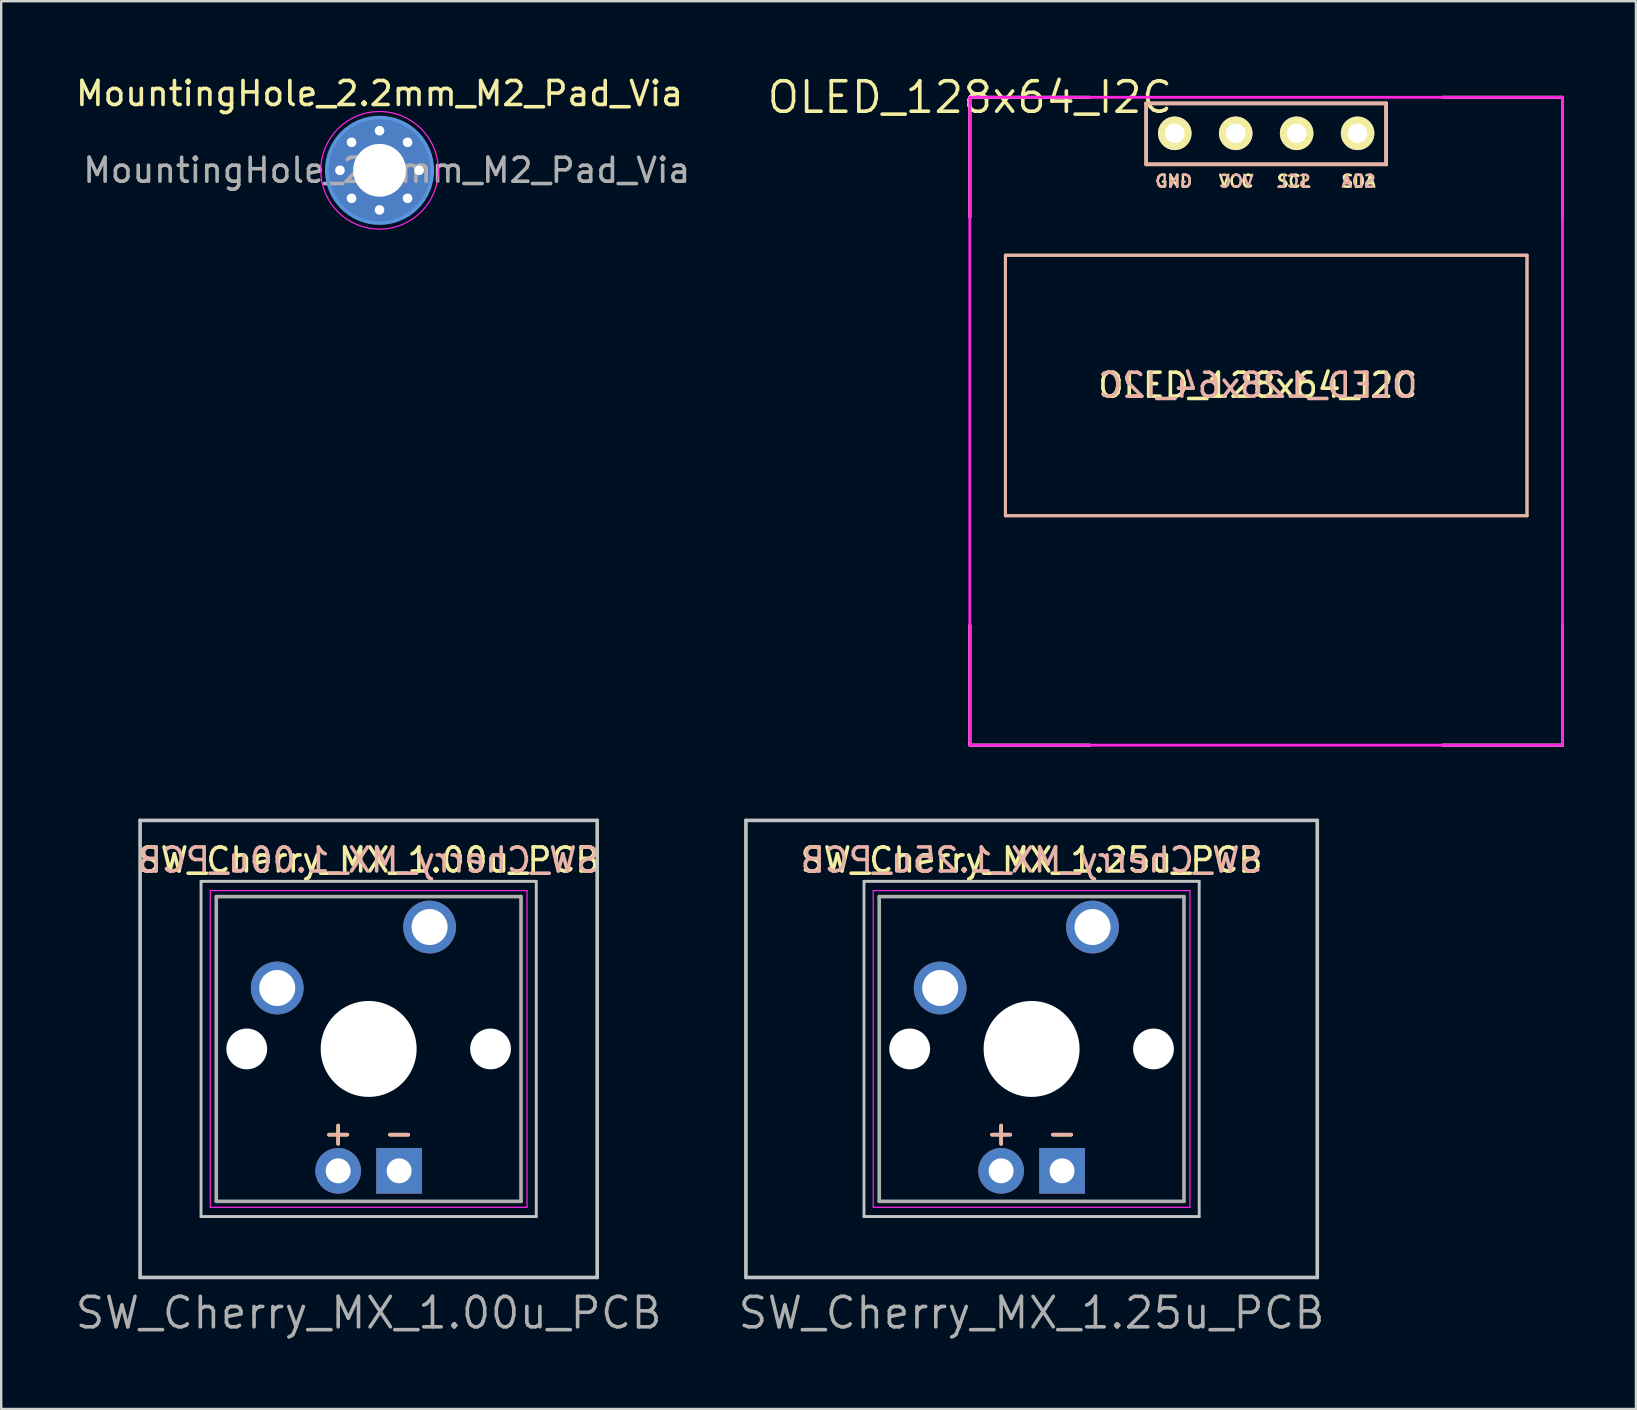
<source format=kicad_pcb>
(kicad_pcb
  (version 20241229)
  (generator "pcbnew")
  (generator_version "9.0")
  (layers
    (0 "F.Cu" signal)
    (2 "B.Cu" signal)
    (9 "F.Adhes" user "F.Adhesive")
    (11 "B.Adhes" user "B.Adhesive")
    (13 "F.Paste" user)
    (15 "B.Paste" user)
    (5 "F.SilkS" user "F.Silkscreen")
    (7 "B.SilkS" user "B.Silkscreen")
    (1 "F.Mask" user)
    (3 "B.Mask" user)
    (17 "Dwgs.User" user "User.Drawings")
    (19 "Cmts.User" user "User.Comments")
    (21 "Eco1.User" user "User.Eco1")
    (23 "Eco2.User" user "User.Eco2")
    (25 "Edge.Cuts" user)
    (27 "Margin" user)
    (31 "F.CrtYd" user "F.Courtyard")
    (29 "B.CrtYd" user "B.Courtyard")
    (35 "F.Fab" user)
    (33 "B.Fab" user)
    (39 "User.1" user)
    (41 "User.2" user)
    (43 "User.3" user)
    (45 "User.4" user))
  (footprint "SW_Cherry_MX_1.00u_PCB"
    (layer "F.Cu")
    (at 12.314 40.666)
    (property "Reference" "SW_Cherry_MX_1.00u_PCB" (at 0 11 0) (layer "F.Fab") (effects (font (size 1.27 1.27) (thickness 0.15))))
    (attr through_hole)
    (fp_line (start -9.525 -9.525) (end 9.525 -9.525) (stroke (width 0.15) (type solid)) (layer "Dwgs.User"))
    (fp_line (start -9.525 9.525) (end -9.525 -9.525) (stroke (width 0.15) (type solid)) (layer "Dwgs.User"))
    (fp_line (start -6.985 -6.985) (end 6.985 -6.985) (stroke (width 0.12) (type solid)) (layer "Dwgs.User"))
    (fp_line (start -6.985 6.985) (end -6.985 -6.985) (stroke (width 0.12) (type solid)) (layer "Dwgs.User"))
    (fp_line (start 6.985 -6.985) (end 6.985 6.985) (stroke (width 0.12) (type solid)) (layer "Dwgs.User"))
    (fp_line (start 6.985 6.985) (end -6.985 6.985) (stroke (width 0.12) (type solid)) (layer "Dwgs.User"))
    (fp_line (start 9.525 -9.525) (end 9.525 9.525) (stroke (width 0.15) (type solid)) (layer "Dwgs.User"))
    (fp_line (start 9.525 9.525) (end -9.525 9.525) (stroke (width 0.15) (type solid)) (layer "Dwgs.User"))
    (fp_line (start -6.985 -6.985) (end 6.985 -6.985) (stroke (width 0.05) (type solid)) (layer "Eco1.User"))
    (fp_line (start -6.985 6.985) (end -6.985 -6.985) (stroke (width 0.05) (type solid)) (layer "Eco1.User"))
    (fp_line (start 6.985 -6.985) (end 6.985 6.985) (stroke (width 0.05) (type solid)) (layer "Eco1.User"))
    (fp_line (start 6.985 6.985) (end -6.985 6.985) (stroke (width 0.05) (type solid)) (layer "Eco1.User"))
    (fp_line (start -6.6 -6.6) (end 6.6 -6.6) (stroke (width 0.05) (type solid)) (layer "F.CrtYd"))
    (fp_line (start -6.6 6.6) (end -6.6 -6.6) (stroke (width 0.05) (type solid)) (layer "F.CrtYd"))
    (fp_line (start 6.6 -6.6) (end 6.6 6.6) (stroke (width 0.05) (type solid)) (layer "F.CrtYd"))
    (fp_line (start 6.6 6.6) (end -6.6 6.6) (stroke (width 0.05) (type solid)) (layer "F.CrtYd"))
    (fp_line (start -6.35 -6.35) (end 6.35 -6.35) (stroke (width 0.15) (type solid)) (layer "F.Fab"))
    (fp_line (start -6.35 6.35) (end -6.35 -6.35) (stroke (width 0.15) (type solid)) (layer "F.Fab"))
    (fp_line (start 6.35 -6.35) (end 6.35 6.35) (stroke (width 0.15) (type solid)) (layer "F.Fab"))
    (fp_line (start 6.35 6.35) (end -6.35 6.35) (stroke (width 0.15) (type solid)) (layer "F.Fab"))
    (fp_text user "-" (at 1.27 3.5 0) (layer "F.SilkS") (effects (font (size 1 1) (thickness 0.15))))
    (fp_text user "+" (at -1.27 3.5 0) (layer "F.SilkS") (effects (font (size 1 1) (thickness 0.15))))
    (fp_text user "${REFERENCE}" (at 0 -7.874 0) (layer "F.SilkS") (effects (font (size 1 1) (thickness 0.15))))
    (fp_text user "+" (at -1.27 3.5 0) (layer "B.SilkS") (effects (font (size 1 1) (thickness 0.15))))
    (fp_text user "-" (at 1.27 3.5 0) (layer "B.SilkS") (effects (font (size 1 1) (thickness 0.15))))
    (fp_text user "${REFERENCE}" (at 0 -7.874 0) (layer "B.SilkS") (effects (font (size 1 1) (thickness 0.15)) (justify mirror)))
    (pad "" np_thru_hole circle (at -5.08 0) (size 1.7 1.7) (drill 1.7) (layers "*.Cu" "*.Mask"))
    (pad "" np_thru_hole circle (at 0 0) (size 4 4) (drill 4) (layers "*.Cu" "*.Mask"))
    (pad "" np_thru_hole circle (at 5.08 0) (size 1.7 1.7) (drill 1.7) (layers "*.Cu" "*.Mask"))
    (pad "1" thru_hole circle (at 2.54 -5.08) (size 2.2 2.2) (drill 1.5) (layers "*.Cu" "*.Mask"))
    (pad "2" thru_hole circle (at -3.81 -2.54) (size 2.2 2.2) (drill 1.5) (layers "*.Cu" "*.Mask"))
    (pad "3" thru_hole circle (at -1.27 5.08) (size 1.905 1.905) (drill 1.04) (layers "*.Cu" "*.Mask"))
    (pad "4" thru_hole rect (at 1.27 5.08) (size 1.905 1.905) (drill 1.04) (layers "*.Cu" "*.Mask")))
  (footprint "OLED_128x64_I2C"
    (layer "F.Cu")
    (at 37.37 1.006)
    (property "Reference" "OLED_128x64_I2C" (at 0 0 180) (layer "F.SilkS") (effects (font (size 1.27 1.27) (thickness 0.15))))
    (attr through_hole)
    (fp_line (start 0 0) (end 5 0) (stroke (width 0.12) (type solid)) (layer "F.SilkS"))
    (fp_line (start 0 5) (end 0 0) (stroke (width 0.12) (type solid)) (layer "F.SilkS"))
    (fp_line (start 0 27) (end 0 22) (stroke (width 0.12) (type solid)) (layer "F.SilkS"))
    (fp_line (start 0 27) (end 5 27) (stroke (width 0.12) (type solid)) (layer "F.SilkS"))
    (fp_line (start 1.48 6.58) (end 1.48 17.44) (stroke (width 0.12) (type solid)) (layer "F.SilkS"))
    (fp_line (start 1.48 6.58) (end 23.22 6.58) (stroke (width 0.12) (type solid)) (layer "F.SilkS"))
    (fp_line (start 1.48 17.44) (end 23.22 17.44) (stroke (width 0.12) (type solid)) (layer "F.SilkS"))
    (fp_line (start 7.35 0.254) (end 17.35 0.254) (stroke (width 0.15) (type solid)) (layer "F.SilkS"))
    (fp_line (start 7.35 2.794) (end 7.35 0.254) (stroke (width 0.15) (type solid)) (layer "F.SilkS"))
    (fp_line (start 7.35 2.794) (end 17.35 2.794) (stroke (width 0.15) (type solid)) (layer "F.SilkS"))
    (fp_line (start 17.35 0.254) (end 17.35 2.794) (stroke (width 0.15) (type solid)) (layer "F.SilkS"))
    (fp_line (start 19.7 0) (end 24.7 0) (stroke (width 0.12) (type solid)) (layer "F.SilkS"))
    (fp_line (start 23.22 6.58) (end 23.22 17.44) (stroke (width 0.12) (type solid)) (layer "F.SilkS"))
    (fp_line (start 24.7 0) (end 24.7 5) (stroke (width 0.12) (type solid)) (layer "F.SilkS"))
    (fp_line (start 24.7 27) (end 19.7 27) (stroke (width 0.12) (type solid)) (layer "F.SilkS"))
    (fp_line (start 24.7 27) (end 24.7 22) (stroke (width 0.12) (type solid)) (layer "F.SilkS"))
    (fp_line (start 0 0) (end 5 0) (stroke (width 0.12) (type solid)) (layer "B.SilkS"))
    (fp_line (start 0 5) (end 0 0) (stroke (width 0.12) (type solid)) (layer "B.SilkS"))
    (fp_line (start 0 27) (end 0 22) (stroke (width 0.12) (type solid)) (layer "B.SilkS"))
    (fp_line (start 0 27) (end 5 27) (stroke (width 0.12) (type solid)) (layer "B.SilkS"))
    (fp_line (start 1.48 6.58) (end 1.48 17.44) (stroke (width 0.12) (type solid)) (layer "B.SilkS"))
    (fp_line (start 1.48 6.58) (end 23.22 6.58) (stroke (width 0.12) (type solid)) (layer "B.SilkS"))
    (fp_line (start 1.48 17.44) (end 23.22 17.44) (stroke (width 0.12) (type solid)) (layer "B.SilkS"))
    (fp_line (start 7.35 0.254) (end 17.35 0.254) (stroke (width 0.15) (type solid)) (layer "B.SilkS"))
    (fp_line (start 7.35 2.794) (end 7.35 0.254) (stroke (width 0.15) (type solid)) (layer "B.SilkS"))
    (fp_line (start 7.35 2.794) (end 17.35 2.794) (stroke (width 0.15) (type solid)) (layer "B.SilkS"))
    (fp_line (start 17.35 0.254) (end 17.35 2.794) (stroke (width 0.15) (type solid)) (layer "B.SilkS"))
    (fp_line (start 19.7 0) (end 24.7 0) (stroke (width 0.12) (type solid)) (layer "B.SilkS"))
    (fp_line (start 23.22 6.58) (end 23.22 17.44) (stroke (width 0.12) (type solid)) (layer "B.SilkS"))
    (fp_line (start 24.7 0) (end 24.7 5) (stroke (width 0.12) (type solid)) (layer "B.SilkS"))
    (fp_line (start 24.7 27) (end 19.7 27) (stroke (width 0.12) (type solid)) (layer "B.SilkS"))
    (fp_line (start 24.7 27) (end 24.7 22) (stroke (width 0.12) (type solid)) (layer "B.SilkS"))
    (fp_line (start 0 0) (end 24.7 0) (stroke (width 0.12) (type solid)) (layer "F.CrtYd"))
    (fp_line (start 0 27) (end 0 0) (stroke (width 0.12) (type solid)) (layer "F.CrtYd"))
    (fp_line (start 24.7 0) (end 24.7 27) (stroke (width 0.12) (type solid)) (layer "F.CrtYd"))
    (fp_line (start 24.7 27) (end 0 27) (stroke (width 0.12) (type solid)) (layer "F.CrtYd"))
    (fp_text user "SCL" (at 13.5 3.5 180) (layer "F.SilkS") (effects (font (size 0.5 0.5) (thickness 0.1))))
    (fp_text user "GND" (at 8.5 3.5 180) (layer "F.SilkS") (effects (font (size 0.5 0.5) (thickness 0.1))))
    (fp_text user "${REFERENCE}" (at 12 12 180) (layer "F.SilkS") (effects (font (size 1 1) (thickness 0.15))))
    (fp_text user "VCC" (at 11.1 3.5 180) (layer "F.SilkS") (effects (font (size 0.5 0.5) (thickness 0.1))))
    (fp_text user "SDA" (at 16.2 3.5 180) (layer "F.SilkS") (effects (font (size 0.5 0.5) (thickness 0.1))))
    (fp_text user "SCL" (at 13.5 3.5 180) (layer "B.SilkS") (effects (font (size 0.5 0.5) (thickness 0.1)) (justify mirror)))
    (fp_text user "GND" (at 8.5 3.5 180) (layer "B.SilkS") (effects (font (size 0.5 0.5) (thickness 0.1)) (justify mirror)))
    (fp_text user "SDA" (at 16.2 3.5 180) (layer "B.SilkS") (effects (font (size 0.5 0.5) (thickness 0.1)) (justify mirror)))
    (fp_text user "VCC" (at 11.1 3.5 180) (layer "B.SilkS") (effects (font (size 0.5 0.5) (thickness 0.1)) (justify mirror)))
    (fp_text user "${REFERENCE}" (at 12 12 180) (layer "B.SilkS") (effects (font (size 1 1) (thickness 0.15)) (justify mirror)))
    (pad "1" thru_hole circle (at 8.54 1.5) (size 1.397 1.397) (drill 0.813) (layers "*.Cu" "*.Mask" "F.SilkS"))
    (pad "2" thru_hole circle (at 11.08 1.5) (size 1.397 1.397) (drill 0.813) (layers "*.Cu" "*.Mask" "F.SilkS"))
    (pad "3" thru_hole circle (at 13.62 1.5) (size 1.397 1.397) (drill 0.813) (layers "*.Cu" "*.Mask" "F.SilkS"))
    (pad "4" thru_hole circle (at 16.16 1.5) (size 1.397 1.397) (drill 0.813) (layers "*.Cu" "*.Mask" "F.SilkS")))
  (footprint "SW_Cherry_MX_1.25u_PCB"
    (layer "F.Cu")
    (at 39.943 40.666)
    (property "Reference" "SW_Cherry_MX_1.25u_PCB" (at 0 11 0) (layer "F.Fab") (effects (font (size 1.27 1.27) (thickness 0.15))))
    (attr through_hole)
    (fp_line (start -11.906 -9.525) (end 11.906 -9.525) (stroke (width 0.15) (type solid)) (layer "Dwgs.User"))
    (fp_line (start -11.906 9.525) (end -11.906 -9.525) (stroke (width 0.15) (type solid)) (layer "Dwgs.User"))
    (fp_line (start -11.906 9.525) (end 11.906 9.525) (stroke (width 0.15) (type solid)) (layer "Dwgs.User"))
    (fp_line (start -6.985 -6.985) (end 6.985 -6.985) (stroke (width 0.12) (type solid)) (layer "Dwgs.User"))
    (fp_line (start -6.985 6.985) (end -6.985 -6.985) (stroke (width 0.12) (type solid)) (layer "Dwgs.User"))
    (fp_line (start 6.985 -6.985) (end 6.985 6.985) (stroke (width 0.12) (type solid)) (layer "Dwgs.User"))
    (fp_line (start 6.985 6.985) (end -6.985 6.985) (stroke (width 0.12) (type solid)) (layer "Dwgs.User"))
    (fp_line (start 11.906 -9.525) (end 11.906 9.525) (stroke (width 0.15) (type solid)) (layer "Dwgs.User"))
    (fp_line (start -6.985 -6.985) (end 6.985 -6.985) (stroke (width 0.05) (type solid)) (layer "Eco1.User"))
    (fp_line (start -6.985 6.985) (end -6.985 -6.985) (stroke (width 0.05) (type solid)) (layer "Eco1.User"))
    (fp_line (start 6.985 -6.985) (end 6.985 6.985) (stroke (width 0.05) (type solid)) (layer "Eco1.User"))
    (fp_line (start 6.985 6.985) (end -6.985 6.985) (stroke (width 0.05) (type solid)) (layer "Eco1.User"))
    (fp_line (start -6.6 -6.6) (end 6.6 -6.6) (stroke (width 0.05) (type solid)) (layer "F.CrtYd"))
    (fp_line (start -6.6 6.6) (end -6.6 -6.6) (stroke (width 0.05) (type solid)) (layer "F.CrtYd"))
    (fp_line (start 6.6 -6.6) (end 6.6 6.6) (stroke (width 0.05) (type solid)) (layer "F.CrtYd"))
    (fp_line (start 6.6 6.6) (end -6.6 6.6) (stroke (width 0.05) (type solid)) (layer "F.CrtYd"))
    (fp_line (start -6.35 -6.35) (end 6.35 -6.35) (stroke (width 0.15) (type solid)) (layer "F.Fab"))
    (fp_line (start -6.35 6.35) (end -6.35 -6.35) (stroke (width 0.15) (type solid)) (layer "F.Fab"))
    (fp_line (start 6.35 -6.35) (end 6.35 6.35) (stroke (width 0.15) (type solid)) (layer "F.Fab"))
    (fp_line (start 6.35 6.35) (end -6.35 6.35) (stroke (width 0.15) (type solid)) (layer "F.Fab"))
    (fp_text user "${REFERENCE}" (at 0 -7.874 0) (layer "F.SilkS") (effects (font (size 1 1) (thickness 0.15))))
    (fp_text user "+" (at -1.27 3.5 0) (layer "F.SilkS") (effects (font (size 1 1) (thickness 0.15))))
    (fp_text user "-" (at 1.27 3.5 0) (layer "F.SilkS") (effects (font (size 1 1) (thickness 0.15))))
    (fp_text user "-" (at 1.27 3.5 0) (layer "B.SilkS") (effects (font (size 1 1) (thickness 0.15))))
    (fp_text user "${REFERENCE}" (at 0 -7.874 0) (layer "B.SilkS") (effects (font (size 1 1) (thickness 0.15)) (justify mirror)))
    (fp_text user "+" (at -1.27 3.5 0) (layer "B.SilkS") (effects (font (size 1 1) (thickness 0.15))))
    (pad "" np_thru_hole circle (at -5.08 0) (size 1.7 1.7) (drill 1.7) (layers "*.Cu" "*.Mask"))
    (pad "" np_thru_hole circle (at 0 0) (size 4 4) (drill 4) (layers "*.Cu" "*.Mask"))
    (pad "" np_thru_hole circle (at 5.08 0) (size 1.7 1.7) (drill 1.7) (layers "*.Cu" "*.Mask"))
    (pad "1" thru_hole circle (at 2.54 -5.08) (size 2.2 2.2) (drill 1.5) (layers "*.Cu" "*.Mask"))
    (pad "2" thru_hole circle (at -3.81 -2.54) (size 2.2 2.2) (drill 1.5) (layers "*.Cu" "*.Mask"))
    (pad "3" thru_hole circle (at -1.27 5.08) (size 1.905 1.905) (drill 1.04) (layers "*.Cu" "*.Mask"))
    (pad "4" thru_hole rect (at 1.27 5.08) (size 1.905 1.905) (drill 1.04) (layers "*.Cu" "*.Mask")))
  (footprint "MountingHole_2.2mm_M2_Pad_Via"
    (layer "F.Cu")
    (at 12.768 4.048)
    (property "Reference" "MountingHole_2.2mm_M2_Pad_Via" (at 0 -3.2 0) (layer "F.SilkS") (effects (font (size 1 1) (thickness 0.15))))
    (attr exclude_from_pos_files exclude_from_bom)
    (fp_circle (center 0 0) (end 2.2 0) (stroke (width 0.15) (type solid)) (fill no) (layer "Cmts.User"))
    (fp_circle (center 0 0) (end 2.45 0) (stroke (width 0.05) (type solid)) (fill no) (layer "F.CrtYd"))
    (fp_text user "${REFERENCE}" (at 0.3 0 0) (layer "F.Fab") (effects (font (size 1 1) (thickness 0.15))))
    (pad "1" thru_hole circle (at -1.65 0) (size 0.7 0.7) (drill 0.4) (layers "*.Cu" "*.Mask"))
    (pad "1" thru_hole circle (at -1.167 -1.167) (size 0.7 0.7) (drill 0.4) (layers "*.Cu" "*.Mask"))
    (pad "1" thru_hole circle (at -1.167 1.167) (size 0.7 0.7) (drill 0.4) (layers "*.Cu" "*.Mask"))
    (pad "1" thru_hole circle (at 0 -1.65) (size 0.7 0.7) (drill 0.4) (layers "*.Cu" "*.Mask"))
    (pad "1" thru_hole circle (at 0 0) (size 4.4 4.4) (drill 2.2) (layers "*.Cu" "*.Mask"))
    (pad "1" thru_hole circle (at 0 1.65) (size 0.7 0.7) (drill 0.4) (layers "*.Cu" "*.Mask"))
    (pad "1" thru_hole circle (at 1.167 -1.167) (size 0.7 0.7) (drill 0.4) (layers "*.Cu" "*.Mask"))
    (pad "1" thru_hole circle (at 1.167 1.167) (size 0.7 0.7) (drill 0.4) (layers "*.Cu" "*.Mask"))
    (pad "1" thru_hole circle (at 1.65 0) (size 0.7 0.7) (drill 0.4) (layers "*.Cu" "*.Mask")))
  (gr_rect
    (start -3 -3)
    (end 65.13 55.672)
    (stroke (width 0.1) (type default))
    (fill no)
    (layer "Edge.Cuts")))
</source>
